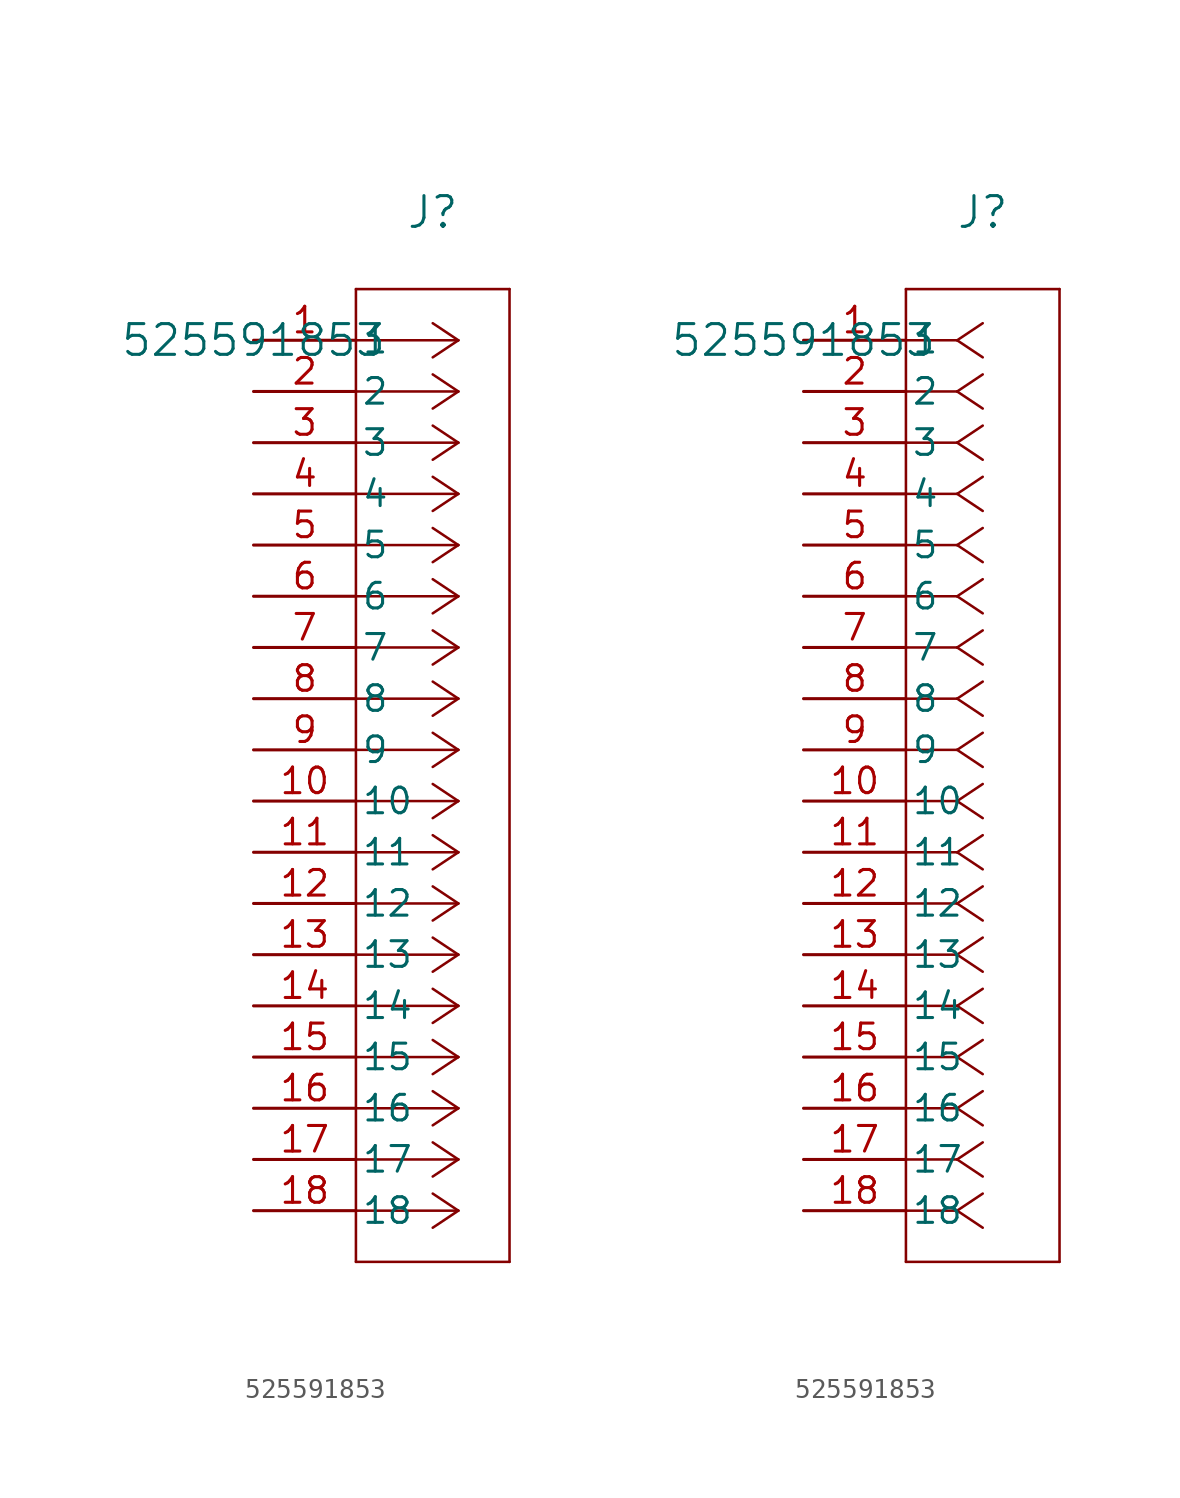
<source format=kicad_sym>
(kicad_symbol_lib
  (version 20211014)
  (generator kicad_symbol_editor)
  (symbol "525591853"
    (pin_names
      (offset 0.254))
    (property "Reference" "J"
      (at 8.89 6.35 0)
      (effects (font (size 1.524 1.524))))
    (property "Value" "525591853"
      (at 0 0 0)
      (effects (font (size 1.524 1.524))))
    (symbol "525591853_1_1"
      (polyline (pts (xy 5.08 -45.72) (xy 12.7 -45.72)) (stroke (width 0.127) (type default) (color 0 0 0 0)) (fill (type none)))
      (polyline (pts (xy 5.08 2.54) (xy 5.08 -45.72)) (stroke (width 0.127) (type default) (color 0 0 0 0)) (fill (type none)))
      (polyline (pts (xy 10.16 -43.18) (xy 5.08 -43.18)) (stroke (width 0.127) (type default) (color 0 0 0 0)) (fill (type none)))
      (polyline (pts (xy 10.16 -43.18) (xy 8.89 -44.027)) (stroke (width 0.127) (type default) (color 0 0 0 0)) (fill (type none)))
      (polyline (pts (xy 10.16 -43.18) (xy 8.89 -42.333)) (stroke (width 0.127) (type default) (color 0 0 0 0)) (fill (type none)))
      (polyline (pts (xy 10.16 -40.64) (xy 5.08 -40.64)) (stroke (width 0.127) (type default) (color 0 0 0 0)) (fill (type none)))
      (polyline (pts (xy 10.16 -40.64) (xy 8.89 -41.487)) (stroke (width 0.127) (type default) (color 0 0 0 0)) (fill (type none)))
      (polyline (pts (xy 10.16 -40.64) (xy 8.89 -39.793)) (stroke (width 0.127) (type default) (color 0 0 0 0)) (fill (type none)))
      (polyline (pts (xy 10.16 -38.1) (xy 5.08 -38.1)) (stroke (width 0.127) (type default) (color 0 0 0 0)) (fill (type none)))
      (polyline (pts (xy 10.16 -38.1) (xy 8.89 -38.947)) (stroke (width 0.127) (type default) (color 0 0 0 0)) (fill (type none)))
      (polyline (pts (xy 10.16 -38.1) (xy 8.89 -37.253)) (stroke (width 0.127) (type default) (color 0 0 0 0)) (fill (type none)))
      (polyline (pts (xy 10.16 -35.56) (xy 5.08 -35.56)) (stroke (width 0.127) (type default) (color 0 0 0 0)) (fill (type none)))
      (polyline (pts (xy 10.16 -35.56) (xy 8.89 -36.407)) (stroke (width 0.127) (type default) (color 0 0 0 0)) (fill (type none)))
      (polyline (pts (xy 10.16 -35.56) (xy 8.89 -34.713)) (stroke (width 0.127) (type default) (color 0 0 0 0)) (fill (type none)))
      (polyline (pts (xy 10.16 -33.02) (xy 5.08 -33.02)) (stroke (width 0.127) (type default) (color 0 0 0 0)) (fill (type none)))
      (polyline (pts (xy 10.16 -33.02) (xy 8.89 -33.867)) (stroke (width 0.127) (type default) (color 0 0 0 0)) (fill (type none)))
      (polyline (pts (xy 10.16 -33.02) (xy 8.89 -32.173)) (stroke (width 0.127) (type default) (color 0 0 0 0)) (fill (type none)))
      (polyline (pts (xy 10.16 -30.48) (xy 5.08 -30.48)) (stroke (width 0.127) (type default) (color 0 0 0 0)) (fill (type none)))
      (polyline (pts (xy 10.16 -30.48) (xy 8.89 -31.327)) (stroke (width 0.127) (type default) (color 0 0 0 0)) (fill (type none)))
      (polyline (pts (xy 10.16 -30.48) (xy 8.89 -29.633)) (stroke (width 0.127) (type default) (color 0 0 0 0)) (fill (type none)))
      (polyline (pts (xy 10.16 -27.94) (xy 5.08 -27.94)) (stroke (width 0.127) (type default) (color 0 0 0 0)) (fill (type none)))
      (polyline (pts (xy 10.16 -27.94) (xy 8.89 -28.787)) (stroke (width 0.127) (type default) (color 0 0 0 0)) (fill (type none)))
      (polyline (pts (xy 10.16 -27.94) (xy 8.89 -27.093)) (stroke (width 0.127) (type default) (color 0 0 0 0)) (fill (type none)))
      (polyline (pts (xy 10.16 -25.4) (xy 5.08 -25.4)) (stroke (width 0.127) (type default) (color 0 0 0 0)) (fill (type none)))
      (polyline (pts (xy 10.16 -25.4) (xy 8.89 -26.247)) (stroke (width 0.127) (type default) (color 0 0 0 0)) (fill (type none)))
      (polyline (pts (xy 10.16 -25.4) (xy 8.89 -24.553)) (stroke (width 0.127) (type default) (color 0 0 0 0)) (fill (type none)))
      (polyline (pts (xy 10.16 -22.86) (xy 5.08 -22.86)) (stroke (width 0.127) (type default) (color 0 0 0 0)) (fill (type none)))
      (polyline (pts (xy 10.16 -22.86) (xy 8.89 -23.707)) (stroke (width 0.127) (type default) (color 0 0 0 0)) (fill (type none)))
      (polyline (pts (xy 10.16 -22.86) (xy 8.89 -22.013)) (stroke (width 0.127) (type default) (color 0 0 0 0)) (fill (type none)))
      (polyline (pts (xy 10.16 -20.32) (xy 5.08 -20.32)) (stroke (width 0.127) (type default) (color 0 0 0 0)) (fill (type none)))
      (polyline (pts (xy 10.16 -20.32) (xy 8.89 -21.167)) (stroke (width 0.127) (type default) (color 0 0 0 0)) (fill (type none)))
      (polyline (pts (xy 10.16 -20.32) (xy 8.89 -19.473)) (stroke (width 0.127) (type default) (color 0 0 0 0)) (fill (type none)))
      (polyline (pts (xy 10.16 -17.78) (xy 5.08 -17.78)) (stroke (width 0.127) (type default) (color 0 0 0 0)) (fill (type none)))
      (polyline (pts (xy 10.16 -17.78) (xy 8.89 -18.627)) (stroke (width 0.127) (type default) (color 0 0 0 0)) (fill (type none)))
      (polyline (pts (xy 10.16 -17.78) (xy 8.89 -16.933)) (stroke (width 0.127) (type default) (color 0 0 0 0)) (fill (type none)))
      (polyline (pts (xy 10.16 -15.24) (xy 5.08 -15.24)) (stroke (width 0.127) (type default) (color 0 0 0 0)) (fill (type none)))
      (polyline (pts (xy 10.16 -15.24) (xy 8.89 -16.087)) (stroke (width 0.127) (type default) (color 0 0 0 0)) (fill (type none)))
      (polyline (pts (xy 10.16 -15.24) (xy 8.89 -14.393)) (stroke (width 0.127) (type default) (color 0 0 0 0)) (fill (type none)))
      (polyline (pts (xy 10.16 -12.7) (xy 5.08 -12.7)) (stroke (width 0.127) (type default) (color 0 0 0 0)) (fill (type none)))
      (polyline (pts (xy 10.16 -12.7) (xy 8.89 -13.547)) (stroke (width 0.127) (type default) (color 0 0 0 0)) (fill (type none)))
      (polyline (pts (xy 10.16 -12.7) (xy 8.89 -11.853)) (stroke (width 0.127) (type default) (color 0 0 0 0)) (fill (type none)))
      (polyline (pts (xy 10.16 -10.16) (xy 5.08 -10.16)) (stroke (width 0.127) (type default) (color 0 0 0 0)) (fill (type none)))
      (polyline (pts (xy 10.16 -10.16) (xy 8.89 -11.007)) (stroke (width 0.127) (type default) (color 0 0 0 0)) (fill (type none)))
      (polyline (pts (xy 10.16 -10.16) (xy 8.89 -9.313)) (stroke (width 0.127) (type default) (color 0 0 0 0)) (fill (type none)))
      (polyline (pts (xy 10.16 -7.62) (xy 5.08 -7.62)) (stroke (width 0.127) (type default) (color 0 0 0 0)) (fill (type none)))
      (polyline (pts (xy 10.16 -7.62) (xy 8.89 -8.467)) (stroke (width 0.127) (type default) (color 0 0 0 0)) (fill (type none)))
      (polyline (pts (xy 10.16 -7.62) (xy 8.89 -6.773)) (stroke (width 0.127) (type default) (color 0 0 0 0)) (fill (type none)))
      (polyline (pts (xy 10.16 -5.08) (xy 5.08 -5.08)) (stroke (width 0.127) (type default) (color 0 0 0 0)) (fill (type none)))
      (polyline (pts (xy 10.16 -5.08) (xy 8.89 -5.927)) (stroke (width 0.127) (type default) (color 0 0 0 0)) (fill (type none)))
      (polyline (pts (xy 10.16 -5.08) (xy 8.89 -4.233)) (stroke (width 0.127) (type default) (color 0 0 0 0)) (fill (type none)))
      (polyline (pts (xy 10.16 -2.54) (xy 5.08 -2.54)) (stroke (width 0.127) (type default) (color 0 0 0 0)) (fill (type none)))
      (polyline (pts (xy 10.16 -2.54) (xy 8.89 -3.387)) (stroke (width 0.127) (type default) (color 0 0 0 0)) (fill (type none)))
      (polyline (pts (xy 10.16 -2.54) (xy 8.89 -1.693)) (stroke (width 0.127) (type default) (color 0 0 0 0)) (fill (type none)))
      (polyline (pts (xy 10.16 0) (xy 5.08 0)) (stroke (width 0.127) (type default) (color 0 0 0 0)) (fill (type none)))
      (polyline (pts (xy 10.16 0) (xy 8.89 -0.847)) (stroke (width 0.127) (type default) (color 0 0 0 0)) (fill (type none)))
      (polyline (pts (xy 10.16 0) (xy 8.89 0.847)) (stroke (width 0.127) (type default) (color 0 0 0 0)) (fill (type none)))
      (polyline (pts (xy 12.7 -45.72) (xy 12.7 2.54)) (stroke (width 0.127) (type default) (color 0 0 0 0)) (fill (type none)))
      (polyline (pts (xy 12.7 2.54) (xy 5.08 2.54)) (stroke (width 0.127) (type default) (color 0 0 0 0)) (fill (type none)))
      (pin unspecified line (at 0 0 0) (length 5.08) (name "1" (effects (font (size 1.27 1.27)))) (number "1" (effects (font (size 1.27 1.27)))))
      (pin unspecified line (at 0 -22.86 0) (length 5.08) (name "10" (effects (font (size 1.27 1.27)))) (number "10" (effects (font (size 1.27 1.27)))))
      (pin unspecified line (at 0 -25.4 0) (length 5.08) (name "11" (effects (font (size 1.27 1.27)))) (number "11" (effects (font (size 1.27 1.27)))))
      (pin unspecified line (at 0 -27.94 0) (length 5.08) (name "12" (effects (font (size 1.27 1.27)))) (number "12" (effects (font (size 1.27 1.27)))))
      (pin unspecified line (at 0 -30.48 0) (length 5.08) (name "13" (effects (font (size 1.27 1.27)))) (number "13" (effects (font (size 1.27 1.27)))))
      (pin unspecified line (at 0 -33.02 0) (length 5.08) (name "14" (effects (font (size 1.27 1.27)))) (number "14" (effects (font (size 1.27 1.27)))))
      (pin unspecified line (at 0 -35.56 0) (length 5.08) (name "15" (effects (font (size 1.27 1.27)))) (number "15" (effects (font (size 1.27 1.27)))))
      (pin unspecified line (at 0 -38.1 0) (length 5.08) (name "16" (effects (font (size 1.27 1.27)))) (number "16" (effects (font (size 1.27 1.27)))))
      (pin unspecified line (at 0 -40.64 0) (length 5.08) (name "17" (effects (font (size 1.27 1.27)))) (number "17" (effects (font (size 1.27 1.27)))))
      (pin unspecified line (at 0 -43.18 0) (length 5.08) (name "18" (effects (font (size 1.27 1.27)))) (number "18" (effects (font (size 1.27 1.27)))))
      (pin unspecified line (at 0 -2.54 0) (length 5.08) (name "2" (effects (font (size 1.27 1.27)))) (number "2" (effects (font (size 1.27 1.27)))))
      (pin unspecified line (at 0 -5.08 0) (length 5.08) (name "3" (effects (font (size 1.27 1.27)))) (number "3" (effects (font (size 1.27 1.27)))))
      (pin unspecified line (at 0 -7.62 0) (length 5.08) (name "4" (effects (font (size 1.27 1.27)))) (number "4" (effects (font (size 1.27 1.27)))))
      (pin unspecified line (at 0 -10.16 0) (length 5.08) (name "5" (effects (font (size 1.27 1.27)))) (number "5" (effects (font (size 1.27 1.27)))))
      (pin unspecified line (at 0 -12.7 0) (length 5.08) (name "6" (effects (font (size 1.27 1.27)))) (number "6" (effects (font (size 1.27 1.27)))))
      (pin unspecified line (at 0 -15.24 0) (length 5.08) (name "7" (effects (font (size 1.27 1.27)))) (number "7" (effects (font (size 1.27 1.27)))))
      (pin unspecified line (at 0 -17.78 0) (length 5.08) (name "8" (effects (font (size 1.27 1.27)))) (number "8" (effects (font (size 1.27 1.27)))))
      (pin unspecified line (at 0 -20.32 0) (length 5.08) (name "9" (effects (font (size 1.27 1.27)))) (number "9" (effects (font (size 1.27 1.27))))))
    (symbol "525591853_1_2"
      (polyline (pts (xy 5.08 -45.72) (xy 12.7 -45.72)) (stroke (width 0.127) (type default) (color 0 0 0 0)) (fill (type none)))
      (polyline (pts (xy 5.08 2.54) (xy 5.08 -45.72)) (stroke (width 0.127) (type default) (color 0 0 0 0)) (fill (type none)))
      (polyline (pts (xy 7.62 -43.18) (xy 5.08 -43.18)) (stroke (width 0.127) (type default) (color 0 0 0 0)) (fill (type none)))
      (polyline (pts (xy 7.62 -43.18) (xy 8.89 -44.027)) (stroke (width 0.127) (type default) (color 0 0 0 0)) (fill (type none)))
      (polyline (pts (xy 7.62 -43.18) (xy 8.89 -42.333)) (stroke (width 0.127) (type default) (color 0 0 0 0)) (fill (type none)))
      (polyline (pts (xy 7.62 -40.64) (xy 5.08 -40.64)) (stroke (width 0.127) (type default) (color 0 0 0 0)) (fill (type none)))
      (polyline (pts (xy 7.62 -40.64) (xy 8.89 -41.487)) (stroke (width 0.127) (type default) (color 0 0 0 0)) (fill (type none)))
      (polyline (pts (xy 7.62 -40.64) (xy 8.89 -39.793)) (stroke (width 0.127) (type default) (color 0 0 0 0)) (fill (type none)))
      (polyline (pts (xy 7.62 -38.1) (xy 5.08 -38.1)) (stroke (width 0.127) (type default) (color 0 0 0 0)) (fill (type none)))
      (polyline (pts (xy 7.62 -38.1) (xy 8.89 -38.947)) (stroke (width 0.127) (type default) (color 0 0 0 0)) (fill (type none)))
      (polyline (pts (xy 7.62 -38.1) (xy 8.89 -37.253)) (stroke (width 0.127) (type default) (color 0 0 0 0)) (fill (type none)))
      (polyline (pts (xy 7.62 -35.56) (xy 5.08 -35.56)) (stroke (width 0.127) (type default) (color 0 0 0 0)) (fill (type none)))
      (polyline (pts (xy 7.62 -35.56) (xy 8.89 -36.407)) (stroke (width 0.127) (type default) (color 0 0 0 0)) (fill (type none)))
      (polyline (pts (xy 7.62 -35.56) (xy 8.89 -34.713)) (stroke (width 0.127) (type default) (color 0 0 0 0)) (fill (type none)))
      (polyline (pts (xy 7.62 -33.02) (xy 5.08 -33.02)) (stroke (width 0.127) (type default) (color 0 0 0 0)) (fill (type none)))
      (polyline (pts (xy 7.62 -33.02) (xy 8.89 -33.867)) (stroke (width 0.127) (type default) (color 0 0 0 0)) (fill (type none)))
      (polyline (pts (xy 7.62 -33.02) (xy 8.89 -32.173)) (stroke (width 0.127) (type default) (color 0 0 0 0)) (fill (type none)))
      (polyline (pts (xy 7.62 -30.48) (xy 5.08 -30.48)) (stroke (width 0.127) (type default) (color 0 0 0 0)) (fill (type none)))
      (polyline (pts (xy 7.62 -30.48) (xy 8.89 -31.327)) (stroke (width 0.127) (type default) (color 0 0 0 0)) (fill (type none)))
      (polyline (pts (xy 7.62 -30.48) (xy 8.89 -29.633)) (stroke (width 0.127) (type default) (color 0 0 0 0)) (fill (type none)))
      (polyline (pts (xy 7.62 -27.94) (xy 5.08 -27.94)) (stroke (width 0.127) (type default) (color 0 0 0 0)) (fill (type none)))
      (polyline (pts (xy 7.62 -27.94) (xy 8.89 -28.787)) (stroke (width 0.127) (type default) (color 0 0 0 0)) (fill (type none)))
      (polyline (pts (xy 7.62 -27.94) (xy 8.89 -27.093)) (stroke (width 0.127) (type default) (color 0 0 0 0)) (fill (type none)))
      (polyline (pts (xy 7.62 -25.4) (xy 5.08 -25.4)) (stroke (width 0.127) (type default) (color 0 0 0 0)) (fill (type none)))
      (polyline (pts (xy 7.62 -25.4) (xy 8.89 -26.247)) (stroke (width 0.127) (type default) (color 0 0 0 0)) (fill (type none)))
      (polyline (pts (xy 7.62 -25.4) (xy 8.89 -24.553)) (stroke (width 0.127) (type default) (color 0 0 0 0)) (fill (type none)))
      (polyline (pts (xy 7.62 -22.86) (xy 5.08 -22.86)) (stroke (width 0.127) (type default) (color 0 0 0 0)) (fill (type none)))
      (polyline (pts (xy 7.62 -22.86) (xy 8.89 -23.707)) (stroke (width 0.127) (type default) (color 0 0 0 0)) (fill (type none)))
      (polyline (pts (xy 7.62 -22.86) (xy 8.89 -22.013)) (stroke (width 0.127) (type default) (color 0 0 0 0)) (fill (type none)))
      (polyline (pts (xy 7.62 -20.32) (xy 5.08 -20.32)) (stroke (width 0.127) (type default) (color 0 0 0 0)) (fill (type none)))
      (polyline (pts (xy 7.62 -20.32) (xy 8.89 -21.167)) (stroke (width 0.127) (type default) (color 0 0 0 0)) (fill (type none)))
      (polyline (pts (xy 7.62 -20.32) (xy 8.89 -19.473)) (stroke (width 0.127) (type default) (color 0 0 0 0)) (fill (type none)))
      (polyline (pts (xy 7.62 -17.78) (xy 5.08 -17.78)) (stroke (width 0.127) (type default) (color 0 0 0 0)) (fill (type none)))
      (polyline (pts (xy 7.62 -17.78) (xy 8.89 -18.627)) (stroke (width 0.127) (type default) (color 0 0 0 0)) (fill (type none)))
      (polyline (pts (xy 7.62 -17.78) (xy 8.89 -16.933)) (stroke (width 0.127) (type default) (color 0 0 0 0)) (fill (type none)))
      (polyline (pts (xy 7.62 -15.24) (xy 5.08 -15.24)) (stroke (width 0.127) (type default) (color 0 0 0 0)) (fill (type none)))
      (polyline (pts (xy 7.62 -15.24) (xy 8.89 -16.087)) (stroke (width 0.127) (type default) (color 0 0 0 0)) (fill (type none)))
      (polyline (pts (xy 7.62 -15.24) (xy 8.89 -14.393)) (stroke (width 0.127) (type default) (color 0 0 0 0)) (fill (type none)))
      (polyline (pts (xy 7.62 -12.7) (xy 5.08 -12.7)) (stroke (width 0.127) (type default) (color 0 0 0 0)) (fill (type none)))
      (polyline (pts (xy 7.62 -12.7) (xy 8.89 -13.547)) (stroke (width 0.127) (type default) (color 0 0 0 0)) (fill (type none)))
      (polyline (pts (xy 7.62 -12.7) (xy 8.89 -11.853)) (stroke (width 0.127) (type default) (color 0 0 0 0)) (fill (type none)))
      (polyline (pts (xy 7.62 -10.16) (xy 5.08 -10.16)) (stroke (width 0.127) (type default) (color 0 0 0 0)) (fill (type none)))
      (polyline (pts (xy 7.62 -10.16) (xy 8.89 -11.007)) (stroke (width 0.127) (type default) (color 0 0 0 0)) (fill (type none)))
      (polyline (pts (xy 7.62 -10.16) (xy 8.89 -9.313)) (stroke (width 0.127) (type default) (color 0 0 0 0)) (fill (type none)))
      (polyline (pts (xy 7.62 -7.62) (xy 5.08 -7.62)) (stroke (width 0.127) (type default) (color 0 0 0 0)) (fill (type none)))
      (polyline (pts (xy 7.62 -7.62) (xy 8.89 -8.467)) (stroke (width 0.127) (type default) (color 0 0 0 0)) (fill (type none)))
      (polyline (pts (xy 7.62 -7.62) (xy 8.89 -6.773)) (stroke (width 0.127) (type default) (color 0 0 0 0)) (fill (type none)))
      (polyline (pts (xy 7.62 -5.08) (xy 5.08 -5.08)) (stroke (width 0.127) (type default) (color 0 0 0 0)) (fill (type none)))
      (polyline (pts (xy 7.62 -5.08) (xy 8.89 -5.927)) (stroke (width 0.127) (type default) (color 0 0 0 0)) (fill (type none)))
      (polyline (pts (xy 7.62 -5.08) (xy 8.89 -4.233)) (stroke (width 0.127) (type default) (color 0 0 0 0)) (fill (type none)))
      (polyline (pts (xy 7.62 -2.54) (xy 5.08 -2.54)) (stroke (width 0.127) (type default) (color 0 0 0 0)) (fill (type none)))
      (polyline (pts (xy 7.62 -2.54) (xy 8.89 -3.387)) (stroke (width 0.127) (type default) (color 0 0 0 0)) (fill (type none)))
      (polyline (pts (xy 7.62 -2.54) (xy 8.89 -1.693)) (stroke (width 0.127) (type default) (color 0 0 0 0)) (fill (type none)))
      (polyline (pts (xy 7.62 0) (xy 5.08 0)) (stroke (width 0.127) (type default) (color 0 0 0 0)) (fill (type none)))
      (polyline (pts (xy 7.62 0) (xy 8.89 -0.847)) (stroke (width 0.127) (type default) (color 0 0 0 0)) (fill (type none)))
      (polyline (pts (xy 7.62 0) (xy 8.89 0.847)) (stroke (width 0.127) (type default) (color 0 0 0 0)) (fill (type none)))
      (polyline (pts (xy 12.7 -45.72) (xy 12.7 2.54)) (stroke (width 0.127) (type default) (color 0 0 0 0)) (fill (type none)))
      (polyline (pts (xy 12.7 2.54) (xy 5.08 2.54)) (stroke (width 0.127) (type default) (color 0 0 0 0)) (fill (type none)))
      (pin unspecified line (at 0 0 0) (length 5.08) (name "1" (effects (font (size 1.27 1.27)))) (number "1" (effects (font (size 1.27 1.27)))))
      (pin unspecified line (at 0 -22.86 0) (length 5.08) (name "10" (effects (font (size 1.27 1.27)))) (number "10" (effects (font (size 1.27 1.27)))))
      (pin unspecified line (at 0 -25.4 0) (length 5.08) (name "11" (effects (font (size 1.27 1.27)))) (number "11" (effects (font (size 1.27 1.27)))))
      (pin unspecified line (at 0 -27.94 0) (length 5.08) (name "12" (effects (font (size 1.27 1.27)))) (number "12" (effects (font (size 1.27 1.27)))))
      (pin unspecified line (at 0 -30.48 0) (length 5.08) (name "13" (effects (font (size 1.27 1.27)))) (number "13" (effects (font (size 1.27 1.27)))))
      (pin unspecified line (at 0 -33.02 0) (length 5.08) (name "14" (effects (font (size 1.27 1.27)))) (number "14" (effects (font (size 1.27 1.27)))))
      (pin unspecified line (at 0 -35.56 0) (length 5.08) (name "15" (effects (font (size 1.27 1.27)))) (number "15" (effects (font (size 1.27 1.27)))))
      (pin unspecified line (at 0 -38.1 0) (length 5.08) (name "16" (effects (font (size 1.27 1.27)))) (number "16" (effects (font (size 1.27 1.27)))))
      (pin unspecified line (at 0 -40.64 0) (length 5.08) (name "17" (effects (font (size 1.27 1.27)))) (number "17" (effects (font (size 1.27 1.27)))))
      (pin unspecified line (at 0 -43.18 0) (length 5.08) (name "18" (effects (font (size 1.27 1.27)))) (number "18" (effects (font (size 1.27 1.27)))))
      (pin unspecified line (at 0 -2.54 0) (length 5.08) (name "2" (effects (font (size 1.27 1.27)))) (number "2" (effects (font (size 1.27 1.27)))))
      (pin unspecified line (at 0 -5.08 0) (length 5.08) (name "3" (effects (font (size 1.27 1.27)))) (number "3" (effects (font (size 1.27 1.27)))))
      (pin unspecified line (at 0 -7.62 0) (length 5.08) (name "4" (effects (font (size 1.27 1.27)))) (number "4" (effects (font (size 1.27 1.27)))))
      (pin unspecified line (at 0 -10.16 0) (length 5.08) (name "5" (effects (font (size 1.27 1.27)))) (number "5" (effects (font (size 1.27 1.27)))))
      (pin unspecified line (at 0 -12.7 0) (length 5.08) (name "6" (effects (font (size 1.27 1.27)))) (number "6" (effects (font (size 1.27 1.27)))))
      (pin unspecified line (at 0 -15.24 0) (length 5.08) (name "7" (effects (font (size 1.27 1.27)))) (number "7" (effects (font (size 1.27 1.27)))))
      (pin unspecified line (at 0 -17.78 0) (length 5.08) (name "8" (effects (font (size 1.27 1.27)))) (number "8" (effects (font (size 1.27 1.27)))))
      (pin unspecified line (at 0 -20.32 0) (length 5.08) (name "9" (effects (font (size 1.27 1.27)))) (number "9" (effects (font (size 1.27 1.27))))))))
</source>
